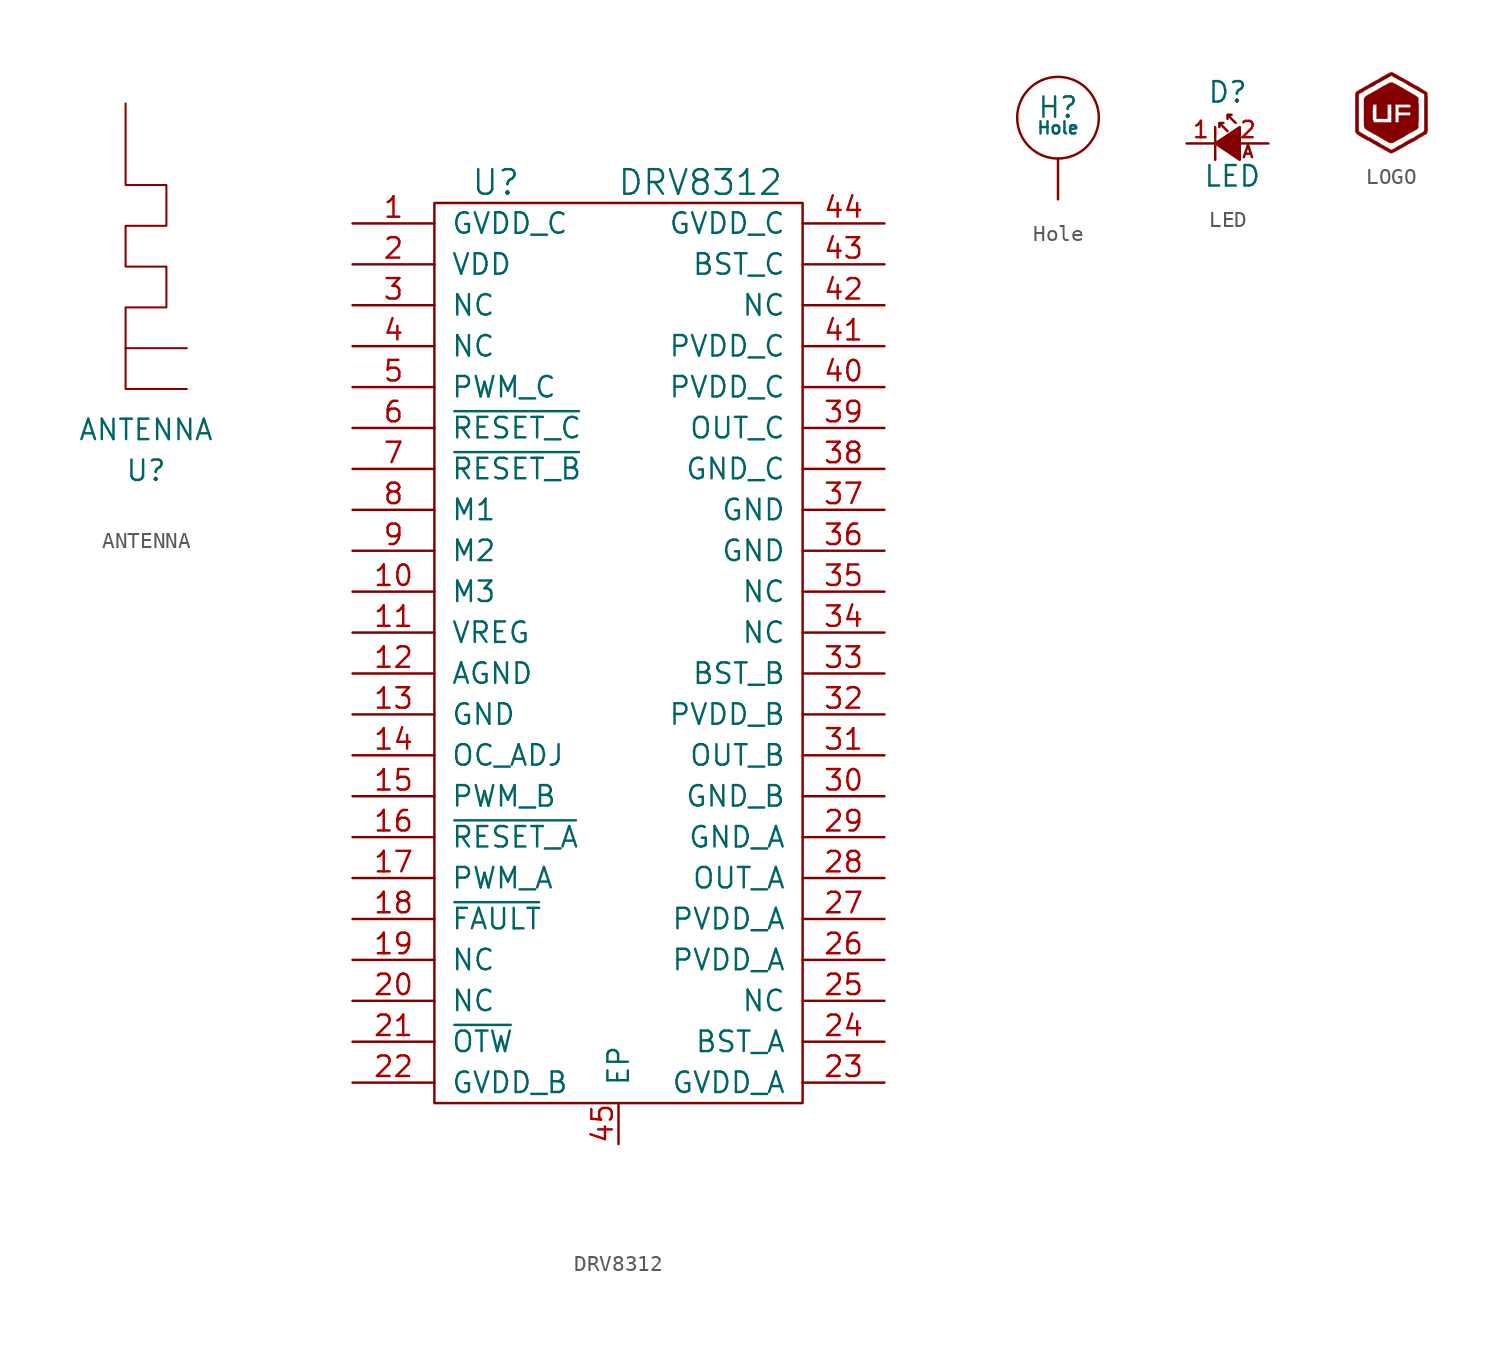
<source format=kicad_sym>
(kicad_symbol_lib
  (version 20220914)
  (generator kicad_symbol_editor)
  (symbol "ANTENNA"
    (pin_names
      (offset 1.016))
    (property "Reference" "U"
      (at 1.27 -7.62 0)
      (effects (font (size 1.27 1.27))))
    (property "Value" "ANTENNA"
      (at 1.27 -5.08 0)
      (effects (font (size 1.27 1.27))))
    (symbol "ANTENNA_0_1"
      (polyline (pts (xy 0 0) (xy 3.81 0)) (stroke (width 0.127) (type default)) (fill (type none)))
      (polyline (pts (xy 0 15.24) (xy 0 10.16) (xy 2.54 10.16) (xy 2.54 7.62) (xy 0 7.62) (xy 0 5.08) (xy 2.54 5.08) (xy 2.54 2.54) (xy 0 2.54) (xy 0 -2.54) (xy 3.81 -2.54)) (stroke (width 0.127) (type default)) (fill (type none))))
    (symbol "ANTENNA_1_1"
      (pin bidirectional line (at 3.81 0 180) (length 0) hide (name "~" (effects (font (size 1.27 1.27)))) (number "1" (effects (font (size 1.27 1.27)))))
      (pin bidirectional line (at 3.81 -2.54 180) (length 0) hide (name "~" (effects (font (size 1.27 1.27)))) (number "2" (effects (font (size 1.27 1.27)))))))
  (symbol "DRV8312"
    (pin_names
      (offset 1.016))
    (property "Reference" "U"
      (at -7.62 29.21 0)
      (effects (font (size 1.524 1.524))))
    (property "Value" "DRV8312"
      (at 5.08 29.21 0)
      (effects (font (size 1.524 1.524))))
    (symbol "DRV8312_0_1"
      (rectangle (start -11.43 27.94) (end 11.43 -27.94) (stroke (width 0) (type default)) (fill (type none))))
    (symbol "DRV8312_1_1"
      (pin passive line (at -16.51 26.67 0) (length 5.08) (name "GVDD_C" (effects (font (size 1.27 1.27)))) (number "1" (effects (font (size 1.27 1.27)))))
      (pin passive line (at -16.51 3.81 0) (length 5.08) (name "M3" (effects (font (size 1.27 1.27)))) (number "10" (effects (font (size 1.27 1.27)))))
      (pin passive line (at -16.51 1.27 0) (length 5.08) (name "VREG" (effects (font (size 1.27 1.27)))) (number "11" (effects (font (size 1.27 1.27)))))
      (pin passive line (at -16.51 -1.27 0) (length 5.08) (name "AGND" (effects (font (size 1.27 1.27)))) (number "12" (effects (font (size 1.27 1.27)))))
      (pin passive line (at -16.51 -3.81 0) (length 5.08) (name "GND" (effects (font (size 1.27 1.27)))) (number "13" (effects (font (size 1.27 1.27)))))
      (pin passive line (at -16.51 -6.35 0) (length 5.08) (name "OC_ADJ" (effects (font (size 1.27 1.27)))) (number "14" (effects (font (size 1.27 1.27)))))
      (pin passive line (at -16.51 -8.89 0) (length 5.08) (name "PWM_B" (effects (font (size 1.27 1.27)))) (number "15" (effects (font (size 1.27 1.27)))))
      (pin passive line (at -16.51 -11.43 0) (length 5.08) (name "~{RESET_A}" (effects (font (size 1.27 1.27)))) (number "16" (effects (font (size 1.27 1.27)))))
      (pin passive line (at -16.51 -13.97 0) (length 5.08) (name "PWM_A" (effects (font (size 1.27 1.27)))) (number "17" (effects (font (size 1.27 1.27)))))
      (pin passive line (at -16.51 -16.51 0) (length 5.08) (name "~{FAULT}" (effects (font (size 1.27 1.27)))) (number "18" (effects (font (size 1.27 1.27)))))
      (pin passive line (at -16.51 -19.05 0) (length 5.08) (name "NC" (effects (font (size 1.27 1.27)))) (number "19" (effects (font (size 1.27 1.27)))))
      (pin passive line (at -16.51 24.13 0) (length 5.08) (name "VDD" (effects (font (size 1.27 1.27)))) (number "2" (effects (font (size 1.27 1.27)))))
      (pin passive line (at -16.51 -21.59 0) (length 5.08) (name "NC" (effects (font (size 1.27 1.27)))) (number "20" (effects (font (size 1.27 1.27)))))
      (pin passive line (at -16.51 -24.13 0) (length 5.08) (name "~{OTW}" (effects (font (size 1.27 1.27)))) (number "21" (effects (font (size 1.27 1.27)))))
      (pin passive line (at -16.51 -26.67 0) (length 5.08) (name "GVDD_B" (effects (font (size 1.27 1.27)))) (number "22" (effects (font (size 1.27 1.27)))))
      (pin passive line (at 16.51 -26.67 180) (length 5.08) (name "GVDD_A" (effects (font (size 1.27 1.27)))) (number "23" (effects (font (size 1.27 1.27)))))
      (pin passive line (at 16.51 -24.13 180) (length 5.08) (name "BST_A" (effects (font (size 1.27 1.27)))) (number "24" (effects (font (size 1.27 1.27)))))
      (pin passive line (at 16.51 -21.59 180) (length 5.08) (name "NC" (effects (font (size 1.27 1.27)))) (number "25" (effects (font (size 1.27 1.27)))))
      (pin passive line (at 16.51 -19.05 180) (length 5.08) (name "PVDD_A" (effects (font (size 1.27 1.27)))) (number "26" (effects (font (size 1.27 1.27)))))
      (pin passive line (at 16.51 -16.51 180) (length 5.08) (name "PVDD_A" (effects (font (size 1.27 1.27)))) (number "27" (effects (font (size 1.27 1.27)))))
      (pin passive line (at 16.51 -13.97 180) (length 5.08) (name "OUT_A" (effects (font (size 1.27 1.27)))) (number "28" (effects (font (size 1.27 1.27)))))
      (pin passive line (at 16.51 -11.43 180) (length 5.08) (name "GND_A" (effects (font (size 1.27 1.27)))) (number "29" (effects (font (size 1.27 1.27)))))
      (pin passive line (at -16.51 21.59 0) (length 5.08) (name "NC" (effects (font (size 1.27 1.27)))) (number "3" (effects (font (size 1.27 1.27)))))
      (pin passive line (at 16.51 -8.89 180) (length 5.08) (name "GND_B" (effects (font (size 1.27 1.27)))) (number "30" (effects (font (size 1.27 1.27)))))
      (pin passive line (at 16.51 -6.35 180) (length 5.08) (name "OUT_B" (effects (font (size 1.27 1.27)))) (number "31" (effects (font (size 1.27 1.27)))))
      (pin passive line (at 16.51 -3.81 180) (length 5.08) (name "PVDD_B" (effects (font (size 1.27 1.27)))) (number "32" (effects (font (size 1.27 1.27)))))
      (pin passive line (at 16.51 -1.27 180) (length 5.08) (name "BST_B" (effects (font (size 1.27 1.27)))) (number "33" (effects (font (size 1.27 1.27)))))
      (pin passive line (at 16.51 1.27 180) (length 5.08) (name "NC" (effects (font (size 1.27 1.27)))) (number "34" (effects (font (size 1.27 1.27)))))
      (pin passive line (at 16.51 3.81 180) (length 5.08) (name "NC" (effects (font (size 1.27 1.27)))) (number "35" (effects (font (size 1.27 1.27)))))
      (pin passive line (at 16.51 6.35 180) (length 5.08) (name "GND" (effects (font (size 1.27 1.27)))) (number "36" (effects (font (size 1.27 1.27)))))
      (pin passive line (at 16.51 8.89 180) (length 5.08) (name "GND" (effects (font (size 1.27 1.27)))) (number "37" (effects (font (size 1.27 1.27)))))
      (pin passive line (at 16.51 11.43 180) (length 5.08) (name "GND_C" (effects (font (size 1.27 1.27)))) (number "38" (effects (font (size 1.27 1.27)))))
      (pin passive line (at 16.51 13.97 180) (length 5.08) (name "OUT_C" (effects (font (size 1.27 1.27)))) (number "39" (effects (font (size 1.27 1.27)))))
      (pin passive line (at -16.51 19.05 0) (length 5.08) (name "NC" (effects (font (size 1.27 1.27)))) (number "4" (effects (font (size 1.27 1.27)))))
      (pin passive line (at 16.51 16.51 180) (length 5.08) (name "PVDD_C" (effects (font (size 1.27 1.27)))) (number "40" (effects (font (size 1.27 1.27)))))
      (pin passive line (at 16.51 19.05 180) (length 5.08) (name "PVDD_C" (effects (font (size 1.27 1.27)))) (number "41" (effects (font (size 1.27 1.27)))))
      (pin passive line (at 16.51 21.59 180) (length 5.08) (name "NC" (effects (font (size 1.27 1.27)))) (number "42" (effects (font (size 1.27 1.27)))))
      (pin passive line (at 16.51 24.13 180) (length 5.08) (name "BST_C" (effects (font (size 1.27 1.27)))) (number "43" (effects (font (size 1.27 1.27)))))
      (pin passive line (at 16.51 26.67 180) (length 5.08) (name "GVDD_C" (effects (font (size 1.27 1.27)))) (number "44" (effects (font (size 1.27 1.27)))))
      (pin passive line (at 0 -30.48 90) (length 2.54) (name "EP" (effects (font (size 1.27 1.27)))) (number "45" (effects (font (size 1.27 1.27)))))
      (pin passive line (at -16.51 16.51 0) (length 5.08) (name "PWM_C" (effects (font (size 1.27 1.27)))) (number "5" (effects (font (size 1.27 1.27)))))
      (pin passive line (at -16.51 13.97 0) (length 5.08) (name "~{RESET_C}" (effects (font (size 1.27 1.27)))) (number "6" (effects (font (size 1.27 1.27)))))
      (pin passive line (at -16.51 11.43 0) (length 5.08) (name "~{RESET_B}" (effects (font (size 1.27 1.27)))) (number "7" (effects (font (size 1.27 1.27)))))
      (pin passive line (at -16.51 8.89 0) (length 5.08) (name "M1" (effects (font (size 1.27 1.27)))) (number "8" (effects (font (size 1.27 1.27)))))
      (pin passive line (at -16.51 6.35 0) (length 5.08) (name "M2" (effects (font (size 1.27 1.27)))) (number "9" (effects (font (size 1.27 1.27)))))))
  (symbol "Hole"
    (pin_numbers hide)
    (pin_names
      (offset 1.016) hide)
    (property "Reference" "H"
      (at 0 0.635 0)
      (effects (font (size 1.27 1.27))))
    (property "Value" "Hole"
      (at 0 -0.635 0)
      (effects (font (size 0.762 0.762))))
    (property "Footprint" ""
      (at 0 0 0)
      (effects (font (size 1.524 1.524))))
    (property "Datasheet" ""
      (at 0 0 0)
      (effects (font (size 1.524 1.524))))
    (symbol "Hole_0_1"
      (circle (center 0 0) (radius 2.54) (stroke (width 0) (type default)) (fill (type none))))
    (symbol "Hole_1_1"
      (pin input line (at 0 -5.08 90) (length 2.54) (name "~" (effects (font (size 1.27 1.27)))) (number "0" (effects (font (size 1.27 1.27)))))))
  (symbol "LED"
    (pin_names
      (offset 0.254) hide)
    (property "Reference" "D"
      (at -1.27 3.175 0)
      (effects (font (size 1.27 1.27)) (justify left)))
    (property "Value" "LED"
      (at -1.524 -2.032 0)
      (effects (font (size 1.27 1.27)) (justify left)))
    (property "Footprint" ""
      (at 0 0 90)
      (effects (font (size 1.524 1.524))))
    (property "Datasheet" ""
      (at 0 0 90)
      (effects (font (size 1.524 1.524))))
    (symbol "LED_0_0"
      (text "A" (at 1.27 -0.508 0) (effects (font (size 0.762 0.762)))))
    (symbol "LED_0_1"
      (polyline (pts (xy -0.762 -1.016) (xy -0.762 1.016)) (stroke (width 0) (type default)) (fill (type none)))
      (polyline (pts (xy 0.762 -1.016) (xy -0.762 0) (xy 0.762 1.016) (xy 0.762 -1.016)) (stroke (width 0) (type default)) (fill (type outline)))
      (polyline (pts (xy 0 0.762) (xy -0.508 1.27) (xy -0.254 1.27) (xy -0.508 1.27) (xy -0.508 1.016)) (stroke (width 0) (type default)) (fill (type none)))
      (polyline (pts (xy 0.508 1.27) (xy 0 1.778) (xy 0.254 1.778) (xy 0 1.778) (xy 0 1.524)) (stroke (width 0) (type default)) (fill (type none))))
    (symbol "LED_1_1"
      (pin bidirectional line (at -2.54 0 0) (length 1.778) (name "K" (effects (font (size 1.016 1.016)))) (number "1" (effects (font (size 1.016 1.016)))))
      (pin bidirectional line (at 2.54 0 180) (length 2.54) (name "A" (effects (font (size 1.016 1.016)))) (number "2" (effects (font (size 1.016 1.016)))))))
  (symbol "LOGO"
    (pin_names
      (offset 1.016))
    (property "Reference" "#G"
      (at 0 3.81 0)
      (effects (font (size 1.524 1.524)) hide))
    (property "Footprint" ""
      (at 0 0 0)
      (effects (font (size 1.524 1.524))))
    (property "Datasheet" ""
      (at 0 0 0)
      (effects (font (size 1.524 1.524))))
    (symbol "LOGO_0_0"
      (polyline (pts (xy 0.051 -1.854) (xy 0.102 -1.854) (xy 0.203 -1.803) (xy 0.279 -1.753) (xy 0.381 -1.702) (xy 0.508 -1.626) (xy 0.66 -1.549) (xy 0.838 -1.448) (xy 0.991 -1.346) (xy 1.168 -1.245) (xy 1.321 -1.168) (xy 1.448 -1.092) (xy 1.549 -1.041) (xy 1.651 -0.94) (xy 1.651 -0.635) (xy 1.676 -0.533) (xy 1.676 0.508) (xy 1.651 0.61) (xy 1.651 0.914) (xy 1.6 0.965) (xy 1.448 1.067) (xy 1.194 1.219) (xy 0.838 1.422) (xy 0.686 1.524) (xy 0.533 1.6) (xy 0.406 1.676) (xy 0.305 1.727) (xy 0.229 1.778) (xy 0.152 1.803) (xy 0.102 1.829) (xy 0.076 1.854) (xy -0.076 1.854) (xy -0.102 1.829) (xy -0.152 1.829) (xy -0.203 1.803) (xy -0.356 1.702) (xy -0.483 1.651) (xy -0.61 1.575) (xy -0.787 1.473) (xy -0.813 1.448) (xy -0.991 1.346) (xy -1.143 1.27) (xy -1.27 1.194) (xy -1.473 1.092) (xy -1.524 1.041) (xy -1.575 1.016) (xy -1.626 0.965) (xy -1.651 0.965) (xy -1.651 0.914) (xy -1.676 0.914) (xy -1.676 0.864) (xy -1.702 0.838) (xy -1.702 -0.406) (xy -1.168 -0.406) (xy -1.168 0.076) (xy -1.143 0.508) (xy -0.914 0.508) (xy -0.914 -0.381) (xy -0.254 -0.381) (xy -0.254 0.508) (xy 0 0.508) (xy 0 -0.61) (xy 0.229 -0.61) (xy 0.229 0.508) (xy 1.118 0.508) (xy 1.118 0.483) (xy 1.168 0.483) (xy 1.194 0.432) (xy 1.194 0.305) (xy 0.457 0.305) (xy 0.457 0.025) (xy 1.168 0.025) (xy 1.168 -0.178) (xy 0.457 -0.178) (xy 0.457 -0.61) (xy 0.229 -0.61) (xy 0 -0.61) (xy -1.067 -0.61) (xy -1.092 -0.559) (xy -1.118 -0.559) (xy -1.118 -0.533) (xy -1.143 -0.508) (xy -1.143 -0.457) (xy -1.168 -0.406) (xy -1.702 -0.406) (xy -1.702 -0.813) (xy -1.676 -0.864) (xy -1.676 -0.94) (xy -1.6 -1.016) (xy -1.549 -1.041) (xy -1.397 -1.143) (xy -1.295 -1.194) (xy -1.041 -1.346) (xy -0.889 -1.422) (xy -0.381 -1.727) (xy -0.279 -1.778) (xy -0.203 -1.829) (xy -0.152 -1.854) (xy -0.127 -1.854) (xy -0.076 -1.88) (xy 0.025 -1.88) (xy 0.051 -1.854)) (stroke (width 0.025) (type default)) (fill (type outline)))
      (polyline (pts (xy 0.025 -2.489) (xy 0.076 -2.489) (xy 0.127 -2.464) (xy 0.203 -2.413) (xy 0.279 -2.388) (xy 0.533 -2.235) (xy 0.686 -2.159) (xy 0.864 -2.057) (xy 1.067 -1.93) (xy 1.092 -1.93) (xy 1.448 -1.727) (xy 1.6 -1.651) (xy 1.727 -1.549) (xy 1.854 -1.499) (xy 1.956 -1.422) (xy 2.108 -1.346) (xy 2.134 -1.346) (xy 2.134 -1.321) (xy 2.159 -1.321) (xy 2.184 -1.295) (xy 2.184 -1.27) (xy 2.21 -1.245) (xy 2.21 -1.168) (xy 2.235 -1.092) (xy 2.235 0.965) (xy 2.21 1.041) (xy 2.21 1.245) (xy 2.184 1.245) (xy 2.184 1.27) (xy 2.159 1.27) (xy 2.108 1.321) (xy 2.032 1.346) (xy 1.93 1.422) (xy 1.829 1.473) (xy 1.702 1.575) (xy 1.397 1.727) (xy 1.219 1.829) (xy 1.067 1.93) (xy 0.914 2.007) (xy 0.737 2.108) (xy 0.584 2.184) (xy 0.33 2.337) (xy 0.229 2.388) (xy 0.152 2.438) (xy 0.076 2.464) (xy 0.051 2.489) (xy -0.051 2.489) (xy -0.305 2.362) (xy -0.406 2.286) (xy -0.533 2.235) (xy -0.66 2.159) (xy -0.813 2.057) (xy -0.965 1.981) (xy -1.143 1.88) (xy -1.295 1.803) (xy -1.448 1.702) (xy -1.6 1.626) (xy -1.854 1.473) (xy -1.956 1.422) (xy -2.032 1.372) (xy -2.134 1.321) (xy -2.184 1.27) (xy -2.21 1.219) (xy -2.21 1.194) (xy -2.235 1.168) (xy -2.235 -1.143) (xy -2.032 -1.143) (xy -2.032 1.118) (xy -2.007 1.143) (xy -2.007 1.168) (xy -1.753 1.295) (xy -1.651 1.372) (xy -1.499 1.448) (xy -1.346 1.549) (xy -1.168 1.626) (xy -0.991 1.727) (xy -0.991 1.753) (xy -0.787 1.854) (xy -0.61 1.956) (xy -0.457 2.032) (xy -0.33 2.108) (xy -0.229 2.159) (xy -0.152 2.21) (xy -0.051 2.261) (xy -0.025 2.286) (xy 0.025 2.286) (xy 0.051 2.261) (xy 0.102 2.235) (xy 0.178 2.184) (xy 0.279 2.134) (xy 0.406 2.057) (xy 0.711 1.905) (xy 0.889 1.803) (xy 1.041 1.702) (xy 2.032 1.143) (xy 2.032 -1.067) (xy 2.007 -1.118) (xy 2.007 -1.194) (xy 1.981 -1.194) (xy 1.93 -1.219) (xy 1.854 -1.27) (xy 1.753 -1.321) (xy 1.499 -1.473) (xy 1.346 -1.575) (xy 1.168 -1.651) (xy 0.813 -1.854) (xy 0.66 -1.956) (xy 0.356 -2.108) (xy 0.254 -2.184) (xy 0.152 -2.235) (xy 0.076 -2.286) (xy 0.025 -2.311) (xy -0.025 -2.311) (xy -0.076 -2.286) (xy -0.229 -2.184) (xy -0.356 -2.134) (xy -0.457 -2.057) (xy -0.61 -1.981) (xy -0.762 -1.88) (xy -0.94 -1.778) (xy -1.143 -1.676) (xy -1.295 -1.575) (xy -1.473 -1.499) (xy -1.549 -1.448) (xy -1.676 -1.372) (xy -1.778 -1.321) (xy -1.88 -1.245) (xy -1.956 -1.219) (xy -2.032 -1.143) (xy -2.235 -1.143) (xy -2.235 -1.194) (xy -2.21 -1.219) (xy -2.159 -1.295) (xy -2.083 -1.372) (xy -2.032 -1.397) (xy -1.956 -1.448) (xy -1.854 -1.499) (xy -1.6 -1.651) (xy -1.295 -1.803) (xy -1.143 -1.905) (xy -0.991 -1.981) (xy -0.838 -2.083) (xy -0.533 -2.235) (xy -0.432 -2.311) (xy -0.305 -2.362) (xy -0.152 -2.464) (xy -0.127 -2.464) (xy -0.102 -2.489) (xy -0.076 -2.489) (xy -0.051 -2.515) (xy -0.025 -2.515) (xy 0.025 -2.489)) (stroke (width 0.025) (type default)) (fill (type outline))))))
</source>
